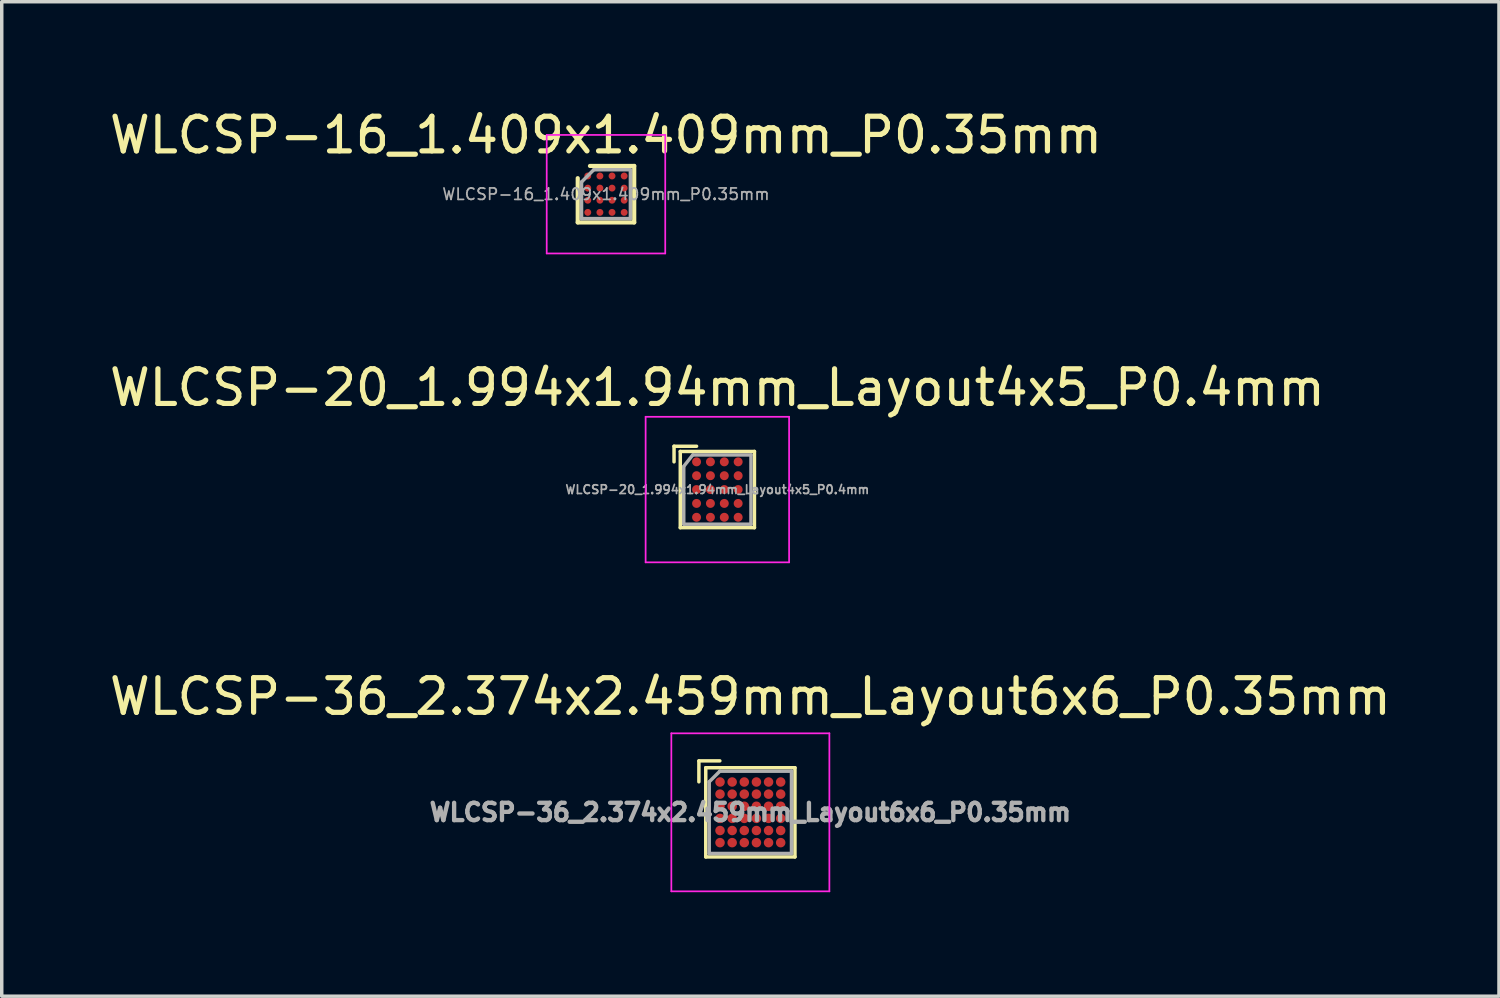
<source format=kicad_pcb>
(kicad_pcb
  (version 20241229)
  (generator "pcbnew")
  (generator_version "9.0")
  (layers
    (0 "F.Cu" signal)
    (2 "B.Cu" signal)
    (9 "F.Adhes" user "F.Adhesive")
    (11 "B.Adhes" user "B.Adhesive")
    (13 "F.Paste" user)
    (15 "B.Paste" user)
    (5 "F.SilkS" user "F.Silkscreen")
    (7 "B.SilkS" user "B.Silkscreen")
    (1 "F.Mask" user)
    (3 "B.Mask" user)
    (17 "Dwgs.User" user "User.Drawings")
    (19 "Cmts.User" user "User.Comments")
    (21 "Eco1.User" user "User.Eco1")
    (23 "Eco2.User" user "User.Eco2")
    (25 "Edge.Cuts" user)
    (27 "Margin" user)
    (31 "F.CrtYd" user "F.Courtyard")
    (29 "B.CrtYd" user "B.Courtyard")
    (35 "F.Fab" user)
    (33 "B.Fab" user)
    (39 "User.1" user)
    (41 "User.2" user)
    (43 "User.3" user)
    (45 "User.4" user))
  (footprint "WLCSP-20_1.994x1.94mm_Layout4x5_P0.4mm"
    (layer "F.Cu")
    (at 17.649 11.076)
    (property "Reference" "WLCSP-20_1.994x1.94mm_Layout4x5_P0.4mm" (at 0 -2.94 0) (layer "F.SilkS") (effects (font (size 1 1) (thickness 0.15))))
    (attr smd)
    (fp_line (start -1.25 -1.25) (end -1.25 -0.8) (stroke (width 0.1) (type solid)) (layer "F.SilkS"))
    (fp_line (start -1.07 1.1) (end -1.07 -1.1) (stroke (width 0.1) (type solid)) (layer "F.SilkS"))
    (fp_line (start -0.6 -1.25) (end -1.25 -1.25) (stroke (width 0.1) (type solid)) (layer "F.SilkS"))
    (fp_line (start 1.07 -1.1) (end -1.07 -1.1) (stroke (width 0.1) (type solid)) (layer "F.SilkS"))
    (fp_line (start 1.07 1.1) (end -1.07 1.1) (stroke (width 0.1) (type solid)) (layer "F.SilkS"))
    (fp_line (start 1.07 1.1) (end 1.07 -1.1) (stroke (width 0.1) (type solid)) (layer "F.SilkS"))
    (fp_line (start -2.07 2.1) (end -2.07 -2.1) (stroke (width 0.05) (type solid)) (layer "F.CrtYd"))
    (fp_line (start 2.07 -2.1) (end -2.07 -2.1) (stroke (width 0.05) (type solid)) (layer "F.CrtYd"))
    (fp_line (start 2.07 2.1) (end -2.07 2.1) (stroke (width 0.05) (type solid)) (layer "F.CrtYd"))
    (fp_line (start 2.07 2.1) (end 2.07 -2.1) (stroke (width 0.05) (type solid)) (layer "F.CrtYd"))
    (fp_line (start -0.97 -0.67) (end -0.71 -1) (stroke (width 0.1) (type solid)) (layer "F.Fab"))
    (fp_line (start -0.97 0.997) (end -0.97 -0.66) (stroke (width 0.1) (type solid)) (layer "F.Fab"))
    (fp_line (start -0.97 1) (end 0.97 1) (stroke (width 0.1) (type solid)) (layer "F.Fab"))
    (fp_line (start -0.7 -1) (end 0.97 -1) (stroke (width 0.1) (type solid)) (layer "F.Fab"))
    (fp_line (start 0.97 0.997) (end 0.97 -0.997) (stroke (width 0.1) (type solid)) (layer "F.Fab"))
    (fp_text user "${REFERENCE}" (at 0 0 0) (layer "F.Fab") (effects (font (size 0.25 0.25) (thickness 0.05))))
    (pad "A1" smd circle (at -0.6 -0.8) (size 0.258 0.258) (layers "F.Cu" "F.Mask" "F.Paste"))
    (pad "A2" smd circle (at -0.2 -0.8) (size 0.258 0.258) (layers "F.Cu" "F.Mask" "F.Paste"))
    (pad "A3" smd circle (at 0.2 -0.8) (size 0.258 0.258) (layers "F.Cu" "F.Mask" "F.Paste"))
    (pad "A4" smd circle (at 0.6 -0.8) (size 0.258 0.258) (layers "F.Cu" "F.Mask" "F.Paste"))
    (pad "B1" smd circle (at -0.6 -0.4) (size 0.258 0.258) (layers "F.Cu" "F.Mask" "F.Paste"))
    (pad "B2" smd circle (at -0.2 -0.4) (size 0.258 0.258) (layers "F.Cu" "F.Mask" "F.Paste"))
    (pad "B3" smd circle (at 0.2 -0.4) (size 0.258 0.258) (layers "F.Cu" "F.Mask" "F.Paste"))
    (pad "B4" smd circle (at 0.6 -0.4) (size 0.258 0.258) (layers "F.Cu" "F.Mask" "F.Paste"))
    (pad "C1" smd circle (at -0.6 0) (size 0.258 0.258) (layers "F.Cu" "F.Mask" "F.Paste"))
    (pad "C2" smd circle (at -0.2 0) (size 0.258 0.258) (layers "F.Cu" "F.Mask" "F.Paste"))
    (pad "C3" smd circle (at 0.2 0) (size 0.258 0.258) (layers "F.Cu" "F.Mask" "F.Paste"))
    (pad "C4" smd circle (at 0.6 0) (size 0.258 0.258) (layers "F.Cu" "F.Mask" "F.Paste"))
    (pad "D1" smd circle (at -0.6 0.4) (size 0.258 0.258) (layers "F.Cu" "F.Mask" "F.Paste"))
    (pad "D2" smd circle (at -0.2 0.4) (size 0.258 0.258) (layers "F.Cu" "F.Mask" "F.Paste"))
    (pad "D3" smd circle (at 0.2 0.4) (size 0.258 0.258) (layers "F.Cu" "F.Mask" "F.Paste"))
    (pad "D4" smd circle (at 0.6 0.4) (size 0.258 0.258) (layers "F.Cu" "F.Mask" "F.Paste"))
    (pad "E1" smd circle (at -0.6 0.8) (size 0.258 0.258) (layers "F.Cu" "F.Mask" "F.Paste"))
    (pad "E2" smd circle (at -0.2 0.8) (size 0.258 0.258) (layers "F.Cu" "F.Mask" "F.Paste"))
    (pad "E3" smd circle (at 0.2 0.8) (size 0.258 0.258) (layers "F.Cu" "F.Mask" "F.Paste"))
    (pad "E4" smd circle (at 0.6 0.8) (size 0.258 0.258) (layers "F.Cu" "F.Mask" "F.Paste")))
  (footprint "WLCSP-36_2.374x2.459mm_Layout6x6_P0.35mm"
    (layer "F.Cu")
    (at 18.601 20.389)
    (property "Reference" "WLCSP-36_2.374x2.459mm_Layout6x6_P0.35mm" (at 0 -3.34 0) (layer "F.SilkS") (effects (font (size 1 1) (thickness 0.15))))
    (attr smd)
    (fp_line (start -1.485 -1.48) (end -1.485 -0.88) (stroke (width 0.1) (type solid)) (layer "F.SilkS"))
    (fp_line (start -1.287 -1.287) (end 1.287 -1.287) (stroke (width 0.1) (type solid)) (layer "F.SilkS"))
    (fp_line (start -1.287 1.287) (end -1.287 -1.287) (stroke (width 0.1) (type solid)) (layer "F.SilkS"))
    (fp_line (start -1.287 1.287) (end 1.287 1.287) (stroke (width 0.1) (type solid)) (layer "F.SilkS"))
    (fp_line (start -0.88 -1.485) (end -1.485 -1.485) (stroke (width 0.1) (type solid)) (layer "F.SilkS"))
    (fp_line (start 1.287 1.287) (end 1.287 -1.287) (stroke (width 0.1) (type solid)) (layer "F.SilkS"))
    (fp_line (start -2.28 -2.28) (end 2.28 -2.28) (stroke (width 0.05) (type solid)) (layer "F.CrtYd"))
    (fp_line (start -2.28 2.28) (end -2.28 -2.28) (stroke (width 0.05) (type solid)) (layer "F.CrtYd"))
    (fp_line (start -2.28 2.28) (end 2.28 2.28) (stroke (width 0.05) (type solid)) (layer "F.CrtYd"))
    (fp_line (start 2.28 2.28) (end 2.28 -2.28) (stroke (width 0.05) (type solid)) (layer "F.CrtYd"))
    (fp_line (start -1.187 -0.88) (end -0.88 -1.187) (stroke (width 0.1) (type solid)) (layer "F.Fab"))
    (fp_line (start -1.187 1.187) (end -1.187 -0.88) (stroke (width 0.1) (type solid)) (layer "F.Fab"))
    (fp_line (start -1.187 1.187) (end 1.187 1.187) (stroke (width 0.1) (type solid)) (layer "F.Fab"))
    (fp_line (start -0.88 -1.187) (end 1.187 -1.187) (stroke (width 0.1) (type solid)) (layer "F.Fab"))
    (fp_line (start 1.187 1.187) (end 1.187 -1.187) (stroke (width 0.1) (type solid)) (layer "F.Fab"))
    (fp_text user "${REFERENCE}" (at 0 0 0) (layer "F.Fab") (effects (font (size 0.5 0.5) (thickness 0.125))))
    (pad "A1" smd circle (at -0.875 -0.875) (size 0.274 0.274) (layers "F.Cu" "F.Mask" "F.Paste"))
    (pad "A2" smd circle (at -0.525 -0.875) (size 0.274 0.274) (layers "F.Cu" "F.Mask" "F.Paste"))
    (pad "A3" smd circle (at -0.175 -0.875) (size 0.274 0.274) (layers "F.Cu" "F.Mask" "F.Paste"))
    (pad "A4" smd circle (at 0.175 -0.875) (size 0.274 0.274) (layers "F.Cu" "F.Mask" "F.Paste"))
    (pad "A5" smd circle (at 0.525 -0.875) (size 0.274 0.274) (layers "F.Cu" "F.Mask" "F.Paste"))
    (pad "A6" smd circle (at 0.875 -0.875) (size 0.274 0.274) (layers "F.Cu" "F.Mask" "F.Paste"))
    (pad "B1" smd circle (at -0.875 -0.525) (size 0.274 0.274) (layers "F.Cu" "F.Mask" "F.Paste"))
    (pad "B2" smd circle (at -0.525 -0.525) (size 0.274 0.274) (layers "F.Cu" "F.Mask" "F.Paste"))
    (pad "B3" smd circle (at -0.175 -0.525) (size 0.274 0.274) (layers "F.Cu" "F.Mask" "F.Paste"))
    (pad "B4" smd circle (at 0.175 -0.525) (size 0.274 0.274) (layers "F.Cu" "F.Mask" "F.Paste"))
    (pad "B5" smd circle (at 0.525 -0.525) (size 0.274 0.274) (layers "F.Cu" "F.Mask" "F.Paste"))
    (pad "B6" smd circle (at 0.875 -0.525) (size 0.274 0.274) (layers "F.Cu" "F.Mask" "F.Paste"))
    (pad "C1" smd circle (at -0.875 -0.175) (size 0.274 0.274) (layers "F.Cu" "F.Mask" "F.Paste"))
    (pad "C2" smd circle (at -0.525 -0.175) (size 0.274 0.274) (layers "F.Cu" "F.Mask" "F.Paste"))
    (pad "C3" smd circle (at -0.175 -0.175) (size 0.274 0.274) (layers "F.Cu" "F.Mask" "F.Paste"))
    (pad "C4" smd circle (at 0.175 -0.175) (size 0.274 0.274) (layers "F.Cu" "F.Mask" "F.Paste"))
    (pad "C5" smd circle (at 0.525 -0.175) (size 0.274 0.274) (layers "F.Cu" "F.Mask" "F.Paste"))
    (pad "C6" smd circle (at 0.875 -0.175) (size 0.274 0.274) (layers "F.Cu" "F.Mask" "F.Paste"))
    (pad "D1" smd circle (at -0.875 0.175) (size 0.274 0.274) (layers "F.Cu" "F.Mask" "F.Paste"))
    (pad "D2" smd circle (at -0.525 0.175) (size 0.274 0.274) (layers "F.Cu" "F.Mask" "F.Paste"))
    (pad "D3" smd circle (at -0.175 0.175) (size 0.274 0.274) (layers "F.Cu" "F.Mask" "F.Paste"))
    (pad "D4" smd circle (at 0.175 0.175) (size 0.274 0.274) (layers "F.Cu" "F.Mask" "F.Paste"))
    (pad "D5" smd circle (at 0.525 0.175) (size 0.274 0.274) (layers "F.Cu" "F.Mask" "F.Paste"))
    (pad "D6" smd circle (at 0.875 0.175) (size 0.274 0.274) (layers "F.Cu" "F.Mask" "F.Paste"))
    (pad "E1" smd circle (at -0.875 0.525) (size 0.274 0.274) (layers "F.Cu" "F.Mask" "F.Paste"))
    (pad "E2" smd circle (at -0.525 0.525) (size 0.274 0.274) (layers "F.Cu" "F.Mask" "F.Paste"))
    (pad "E3" smd circle (at -0.175 0.525) (size 0.274 0.274) (layers "F.Cu" "F.Mask" "F.Paste"))
    (pad "E4" smd circle (at 0.175 0.525) (size 0.274 0.274) (layers "F.Cu" "F.Mask" "F.Paste"))
    (pad "E5" smd circle (at 0.525 0.525) (size 0.274 0.274) (layers "F.Cu" "F.Mask" "F.Paste"))
    (pad "E6" smd circle (at 0.875 0.525) (size 0.274 0.274) (layers "F.Cu" "F.Mask" "F.Paste"))
    (pad "F1" smd circle (at -0.875 0.875) (size 0.274 0.274) (layers "F.Cu" "F.Mask" "F.Paste"))
    (pad "F2" smd circle (at -0.525 0.875) (size 0.274 0.274) (layers "F.Cu" "F.Mask" "F.Paste"))
    (pad "F3" smd circle (at -0.175 0.875) (size 0.274 0.274) (layers "F.Cu" "F.Mask" "F.Paste"))
    (pad "F4" smd circle (at 0.175 0.875) (size 0.274 0.274) (layers "F.Cu" "F.Mask" "F.Paste"))
    (pad "F5" smd circle (at 0.525 0.875) (size 0.274 0.274) (layers "F.Cu" "F.Mask" "F.Paste"))
    (pad "F6" smd circle (at 0.875 0.875) (size 0.274 0.274) (layers "F.Cu" "F.Mask" "F.Paste")))
  (footprint "WLCSP-16_1.409x1.409mm_P0.35mm"
    (layer "F.Cu")
    (at 14.435 2.553)
    (property "Reference" "WLCSP-16_1.409x1.409mm_P0.35mm" (at 0 -1.704 0) (layer "F.SilkS") (effects (font (size 1 1) (thickness 0.15))))
    (attr smd)
    (fp_line (start -0.815 0.815) (end -0.815 -0.462) (stroke (width 0.12) (type solid)) (layer "F.SilkS"))
    (fp_line (start -0.462 -0.815) (end 0.815 -0.815) (stroke (width 0.12) (type solid)) (layer "F.SilkS"))
    (fp_line (start 0.815 -0.815) (end 0.815 0.815) (stroke (width 0.12) (type solid)) (layer "F.SilkS"))
    (fp_line (start 0.815 0.815) (end -0.815 0.815) (stroke (width 0.12) (type solid)) (layer "F.SilkS"))
    (fp_line (start -1.71 -1.71) (end -1.71 1.71) (stroke (width 0.05) (type solid)) (layer "F.CrtYd"))
    (fp_line (start -1.71 1.71) (end 1.71 1.71) (stroke (width 0.05) (type solid)) (layer "F.CrtYd"))
    (fp_line (start 1.71 -1.71) (end -1.71 -1.71) (stroke (width 0.05) (type solid)) (layer "F.CrtYd"))
    (fp_line (start 1.71 1.71) (end 1.71 -1.71) (stroke (width 0.05) (type solid)) (layer "F.CrtYd"))
    (fp_line (start -0.705 -0.352) (end -0.352 -0.705) (stroke (width 0.1) (type solid)) (layer "F.Fab"))
    (fp_line (start -0.705 0.705) (end -0.705 -0.352) (stroke (width 0.1) (type solid)) (layer "F.Fab"))
    (fp_line (start -0.352 -0.705) (end 0.705 -0.705) (stroke (width 0.1) (type solid)) (layer "F.Fab"))
    (fp_line (start 0.705 -0.705) (end 0.705 0.705) (stroke (width 0.1) (type solid)) (layer "F.Fab"))
    (fp_line (start 0.705 0.705) (end -0.705 0.705) (stroke (width 0.1) (type solid)) (layer "F.Fab"))
    (fp_text user "${REFERENCE}" (at 0 0 0) (layer "F.Fab") (effects (font (size 0.33 0.33) (thickness 0.05))))
    (pad "A1" smd circle (at -0.525 -0.525) (size 0.2 0.2) (layers "F.Cu" "F.Mask" "F.Paste"))
    (pad "A2" smd circle (at -0.175 -0.525) (size 0.2 0.2) (layers "F.Cu" "F.Mask" "F.Paste"))
    (pad "A3" smd circle (at 0.175 -0.525) (size 0.2 0.2) (layers "F.Cu" "F.Mask" "F.Paste"))
    (pad "A4" smd circle (at 0.525 -0.525) (size 0.2 0.2) (layers "F.Cu" "F.Mask" "F.Paste"))
    (pad "B1" smd circle (at -0.525 -0.175) (size 0.2 0.2) (layers "F.Cu" "F.Mask" "F.Paste"))
    (pad "B2" smd circle (at -0.175 -0.175) (size 0.2 0.2) (layers "F.Cu" "F.Mask" "F.Paste"))
    (pad "B3" smd circle (at 0.175 -0.175) (size 0.2 0.2) (layers "F.Cu" "F.Mask" "F.Paste"))
    (pad "B4" smd circle (at 0.525 -0.175) (size 0.2 0.2) (layers "F.Cu" "F.Mask" "F.Paste"))
    (pad "C1" smd circle (at -0.525 0.175) (size 0.2 0.2) (layers "F.Cu" "F.Mask" "F.Paste"))
    (pad "C2" smd circle (at -0.175 0.175) (size 0.2 0.2) (layers "F.Cu" "F.Mask" "F.Paste"))
    (pad "C3" smd circle (at 0.175 0.175) (size 0.2 0.2) (layers "F.Cu" "F.Mask" "F.Paste"))
    (pad "C4" smd circle (at 0.525 0.175) (size 0.2 0.2) (layers "F.Cu" "F.Mask" "F.Paste"))
    (pad "D1" smd circle (at -0.525 0.525) (size 0.2 0.2) (layers "F.Cu" "F.Mask" "F.Paste"))
    (pad "D2" smd circle (at -0.175 0.525) (size 0.2 0.2) (layers "F.Cu" "F.Mask" "F.Paste"))
    (pad "D3" smd circle (at 0.175 0.525) (size 0.2 0.2) (layers "F.Cu" "F.Mask" "F.Paste"))
    (pad "D4" smd circle (at 0.525 0.525) (size 0.2 0.2) (layers "F.Cu" "F.Mask" "F.Paste")))
  (gr_rect
    (start -3 -3)
    (end 40.202 25.694)
    (stroke (width 0.1) (type default))
    (fill no)
    (layer "Edge.Cuts")))
</source>
